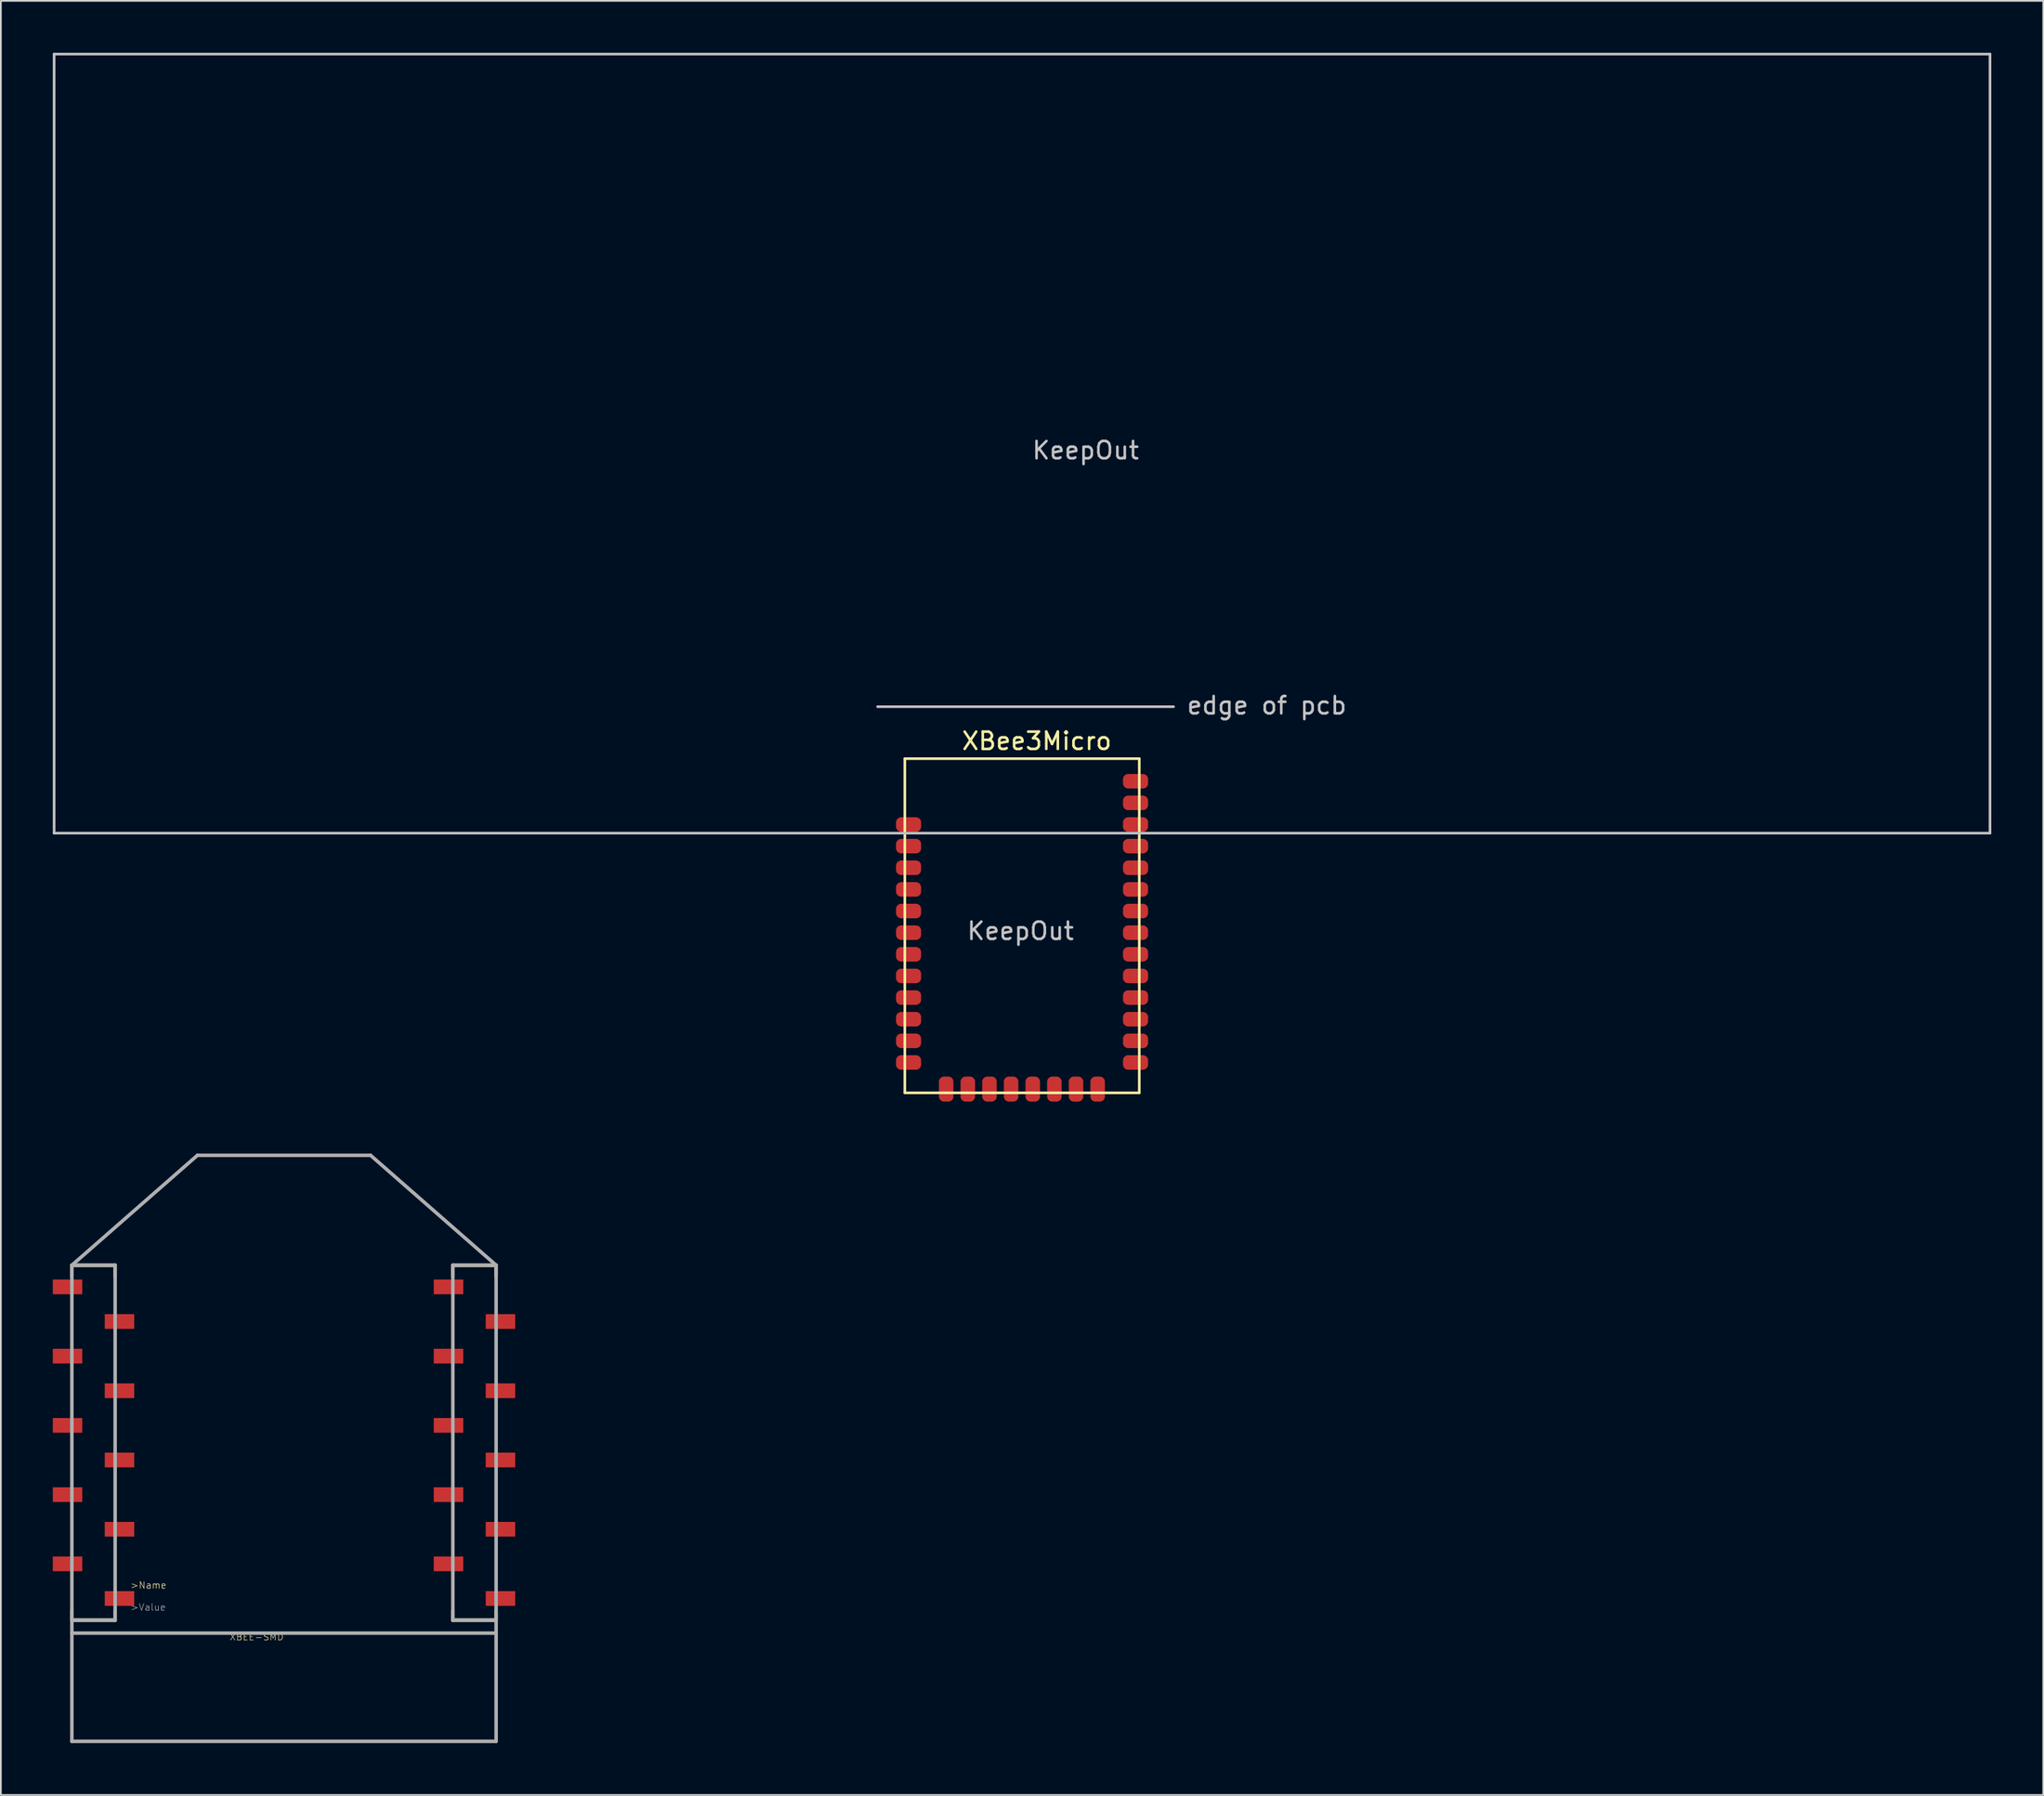
<source format=kicad_pcb>
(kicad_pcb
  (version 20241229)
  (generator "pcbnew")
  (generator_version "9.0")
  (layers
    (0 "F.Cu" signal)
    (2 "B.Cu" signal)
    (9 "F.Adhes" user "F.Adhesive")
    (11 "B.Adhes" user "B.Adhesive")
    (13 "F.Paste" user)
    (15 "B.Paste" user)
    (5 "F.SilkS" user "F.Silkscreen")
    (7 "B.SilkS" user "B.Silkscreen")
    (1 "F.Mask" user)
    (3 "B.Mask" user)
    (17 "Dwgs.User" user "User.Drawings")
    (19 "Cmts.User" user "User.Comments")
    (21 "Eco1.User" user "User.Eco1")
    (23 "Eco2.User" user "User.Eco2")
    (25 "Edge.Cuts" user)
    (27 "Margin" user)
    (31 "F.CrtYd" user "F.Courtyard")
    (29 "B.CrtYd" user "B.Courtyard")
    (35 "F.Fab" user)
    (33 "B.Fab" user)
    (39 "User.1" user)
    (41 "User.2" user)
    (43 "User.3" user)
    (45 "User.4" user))
  (footprint "XBEE-SMD"
    (layer "F.Cu")
    (at 13.35 91.285)
    (property "Reference" "XBEE-SMD" (at 0 0 180) (layer "F.SilkS") (effects (font (size 0.386 0.386) (thickness 0.031)) (justify right top)))
    (attr through_hole)
    (fp_line (start -12.25 -21.25) (end -12.25 -20.6) (stroke (width 0.203) (type solid)) (layer "F.SilkS"))
    (fp_line (start -12.25 -0.75) (end -12.25 -1.3) (stroke (width 0.203) (type solid)) (layer "F.SilkS"))
    (fp_line (start -12.25 -0.75) (end -9.75 -0.75) (stroke (width 0.203) (type solid)) (layer "F.SilkS"))
    (fp_line (start -9.75 -21.25) (end -12.25 -21.25) (stroke (width 0.203) (type solid)) (layer "F.SilkS"))
    (fp_line (start -9.75 -20.6) (end -9.75 -21.25) (stroke (width 0.203) (type solid)) (layer "F.SilkS"))
    (fp_line (start -9.75 -0.75) (end -9.75 -1.3) (stroke (width 0.203) (type solid)) (layer "F.SilkS"))
    (fp_line (start 9.75 -21.25) (end 9.75 -20.6) (stroke (width 0.203) (type solid)) (layer "F.SilkS"))
    (fp_line (start 9.75 -0.75) (end 9.75 -1.3) (stroke (width 0.203) (type solid)) (layer "F.SilkS"))
    (fp_line (start 9.75 -0.75) (end 12.25 -0.75) (stroke (width 0.203) (type solid)) (layer "F.SilkS"))
    (fp_line (start 12.25 -21.25) (end 9.75 -21.25) (stroke (width 0.203) (type solid)) (layer "F.SilkS"))
    (fp_line (start 12.25 -20.6) (end 12.25 -21.25) (stroke (width 0.203) (type solid)) (layer "F.SilkS"))
    (fp_line (start 12.25 -0.75) (end 12.25 -1.3) (stroke (width 0.203) (type solid)) (layer "F.SilkS"))
    (fp_line (start -12.25 -21.25) (end -9.75 -21.25) (stroke (width 0.203) (type solid)) (layer "F.Fab"))
    (fp_line (start -12.25 -21.25) (end -5 -27.6) (stroke (width 0.203) (type solid)) (layer "F.Fab"))
    (fp_line (start -12.25 -0.75) (end -12.25 -21.25) (stroke (width 0.203) (type solid)) (layer "F.Fab"))
    (fp_line (start -12.25 -0.75) (end -12.25 0) (stroke (width 0.203) (type solid)) (layer "F.Fab"))
    (fp_line (start -12.25 -0.75) (end -9.75 -0.75) (stroke (width 0.203) (type solid)) (layer "F.Fab"))
    (fp_line (start -12.25 0) (end -12.25 6.25) (stroke (width 0.203) (type solid)) (layer "F.Fab"))
    (fp_line (start -12.25 0) (end 12.25 0) (stroke (width 0.203) (type solid)) (layer "F.Fab"))
    (fp_line (start -12.25 6.25) (end 12.25 6.25) (stroke (width 0.203) (type solid)) (layer "F.Fab"))
    (fp_line (start -9.75 -21.25) (end -9.75 -0.75) (stroke (width 0.203) (type solid)) (layer "F.Fab"))
    (fp_line (start -5 -27.6) (end 5 -27.6) (stroke (width 0.203) (type solid)) (layer "F.Fab"))
    (fp_line (start 9.75 -21.25) (end 12.25 -21.25) (stroke (width 0.203) (type solid)) (layer "F.Fab"))
    (fp_line (start 9.75 -0.75) (end 9.75 -21.25) (stroke (width 0.203) (type solid)) (layer "F.Fab"))
    (fp_line (start 9.75 -0.75) (end 12.25 -0.75) (stroke (width 0.203) (type solid)) (layer "F.Fab"))
    (fp_line (start 12.25 -21.25) (end 5 -27.6) (stroke (width 0.203) (type solid)) (layer "F.Fab"))
    (fp_line (start 12.25 -21.25) (end 12.25 -0.75) (stroke (width 0.203) (type solid)) (layer "F.Fab"))
    (fp_line (start 12.25 -0.75) (end 12.25 0) (stroke (width 0.203) (type solid)) (layer "F.Fab"))
    (fp_line (start 12.25 0) (end 12.25 6.25) (stroke (width 0.203) (type solid)) (layer "F.Fab"))
    (fp_text user ">Name" (at -8.89 -2.54 0) (layer "F.SilkS") (effects (font (size 0.386 0.386) (thickness 0.033)) (justify left bottom)))
    (fp_text user ">Value" (at -8.89 -1.27 0) (layer "F.Fab") (effects (font (size 0.386 0.386) (thickness 0.033)) (justify left bottom)))
    (pad "1" smd rect (at -12.5 -20 90) (size 0.85 1.7) (layers "F.Cu" "F.Mask" "F.Paste"))
    (pad "2" smd rect (at -9.5 -18 90) (size 0.85 1.7) (layers "F.Cu" "F.Mask" "F.Paste"))
    (pad "3" smd rect (at -12.5 -16 90) (size 0.85 1.7) (layers "F.Cu" "F.Mask" "F.Paste"))
    (pad "4" smd rect (at -9.5 -14 90) (size 0.85 1.7) (layers "F.Cu" "F.Mask" "F.Paste"))
    (pad "5" smd rect (at -12.5 -12 90) (size 0.85 1.7) (layers "F.Cu" "F.Mask" "F.Paste"))
    (pad "6" smd rect (at -9.5 -10 90) (size 0.85 1.7) (layers "F.Cu" "F.Mask" "F.Paste"))
    (pad "7" smd rect (at -12.5 -8 90) (size 0.85 1.7) (layers "F.Cu" "F.Mask" "F.Paste"))
    (pad "8" smd rect (at -9.5 -6 90) (size 0.85 1.7) (layers "F.Cu" "F.Mask" "F.Paste"))
    (pad "9" smd rect (at -12.5 -4 90) (size 0.85 1.7) (layers "F.Cu" "F.Mask" "F.Paste"))
    (pad "10" smd rect (at -9.5 -2 90) (size 0.85 1.7) (layers "F.Cu" "F.Mask" "F.Paste"))
    (pad "11" smd rect (at 12.5 -2 90) (size 0.85 1.7) (layers "F.Cu" "F.Mask" "F.Paste"))
    (pad "12" smd rect (at 9.5 -4 90) (size 0.85 1.7) (layers "F.Cu" "F.Mask" "F.Paste"))
    (pad "13" smd rect (at 12.5 -6 90) (size 0.85 1.7) (layers "F.Cu" "F.Mask" "F.Paste"))
    (pad "14" smd rect (at 9.5 -8 90) (size 0.85 1.7) (layers "F.Cu" "F.Mask" "F.Paste"))
    (pad "15" smd rect (at 12.5 -10 90) (size 0.85 1.7) (layers "F.Cu" "F.Mask" "F.Paste"))
    (pad "16" smd rect (at 9.5 -12 90) (size 0.85 1.7) (layers "F.Cu" "F.Mask" "F.Paste"))
    (pad "17" smd rect (at 12.5 -14 90) (size 0.85 1.7) (layers "F.Cu" "F.Mask" "F.Paste"))
    (pad "18" smd rect (at 9.5 -16 90) (size 0.85 1.7) (layers "F.Cu" "F.Mask" "F.Paste"))
    (pad "19" smd rect (at 12.5 -18 90) (size 0.85 1.7) (layers "F.Cu" "F.Mask" "F.Paste"))
    (pad "20" smd rect (at 9.5 -20 90) (size 0.85 1.7) (layers "F.Cu" "F.Mask" "F.Paste")))
  (footprint "XBee3Micro"
    (layer "F.Cu")
    (at 49.201 60.075)
    (property "Reference" "XBee3Micro" (at 7.62 -20.32 0) (layer "F.SilkS") (effects (font (size 1 1) (thickness 0.15))))
    (attr through_hole)
    (fp_line (start 0 -19.304) (end 0 0) (stroke (width 0.15) (type solid)) (layer "F.SilkS"))
    (fp_line (start 0 0) (end 13.538 0) (stroke (width 0.15) (type solid)) (layer "F.SilkS"))
    (fp_line (start 13.538 -19.304) (end 0 -19.304) (stroke (width 0.15) (type solid)) (layer "F.SilkS"))
    (fp_line (start 13.538 0) (end 13.538 -19.304) (stroke (width 0.15) (type solid)) (layer "F.SilkS"))
    (fp_line (start -49.126 -60) (end -49.126 -15) (stroke (width 0.15) (type solid)) (layer "Dwgs.User"))
    (fp_line (start -49.126 -60) (end 62.664 -60) (stroke (width 0.15) (type solid)) (layer "Dwgs.User"))
    (fp_line (start -49.126 -15) (end 62.664 -15) (stroke (width 0.15) (type solid)) (layer "Dwgs.User"))
    (fp_line (start -1.575 -22.304) (end 15.519 -22.304) (stroke (width 0.15) (type solid)) (layer "Dwgs.User"))
    (fp_line (start 62.664 -60) (end 62.664 -15) (stroke (width 0.15) (type solid)) (layer "Dwgs.User"))
    (fp_text user "KeepOut" (at 6.68 -9.347 0) (layer "Dwgs.User") (effects (font (size 1 1) (thickness 0.15))))
    (fp_text user "edge of pcb" (at 20.904 -22.377 0) (layer "Dwgs.User") (effects (font (size 1 1) (thickness 0.15))))
    (fp_text user "KeepOut" (at 10.439 -37.109 0) (layer "Dwgs.User") (effects (font (size 1 1) (thickness 0.15))))
    (pad "1" smd roundrect (at 0.216 -15.499) (size 1.448 0.838) (layers "F.Cu" "F.Mask" "F.Paste") (roundrect_rratio 0.35))
    (pad "2" smd roundrect (at 0.216 -14.249) (size 1.448 0.838) (layers "F.Cu" "F.Mask" "F.Paste") (roundrect_rratio 0.35))
    (pad "3" smd roundrect (at 0.216 -13) (size 1.448 0.838) (layers "F.Cu" "F.Mask" "F.Paste") (roundrect_rratio 0.35))
    (pad "4" smd roundrect (at 0.216 -11.75) (size 1.448 0.838) (layers "F.Cu" "F.Mask" "F.Paste") (roundrect_rratio 0.35))
    (pad "5" smd roundrect (at 0.216 -10.5) (size 1.448 0.838) (layers "F.Cu" "F.Mask" "F.Paste") (roundrect_rratio 0.35))
    (pad "6" smd roundrect (at 0.216 -9.251) (size 1.448 0.838) (layers "F.Cu" "F.Mask" "F.Paste") (roundrect_rratio 0.35))
    (pad "7" smd roundrect (at 0.216 -8.001) (size 1.448 0.838) (layers "F.Cu" "F.Mask" "F.Paste") (roundrect_rratio 0.35))
    (pad "8" smd roundrect (at 0.216 -6.751) (size 1.448 0.838) (layers "F.Cu" "F.Mask" "F.Paste") (roundrect_rratio 0.35))
    (pad "9" smd roundrect (at 0.216 -5.502) (size 1.448 0.838) (layers "F.Cu" "F.Mask" "F.Paste") (roundrect_rratio 0.35))
    (pad "10" smd roundrect (at 0.216 -4.252) (size 1.448 0.838) (layers "F.Cu" "F.Mask" "F.Paste") (roundrect_rratio 0.35))
    (pad "11" smd roundrect (at 0.216 -3.002) (size 1.448 0.838) (layers "F.Cu" "F.Mask" "F.Paste") (roundrect_rratio 0.35))
    (pad "12" smd roundrect (at 0.216 -1.753) (size 1.448 0.838) (layers "F.Cu" "F.Mask" "F.Paste") (roundrect_rratio 0.35))
    (pad "13" smd roundrect (at 2.388 -0.216 90) (size 1.448 0.838) (layers "F.Cu" "F.Mask" "F.Paste") (roundrect_rratio 0.35))
    (pad "14" smd roundrect (at 3.637 -0.216 90) (size 1.448 0.838) (layers "F.Cu" "F.Mask" "F.Paste") (roundrect_rratio 0.35))
    (pad "15" smd roundrect (at 4.887 -0.216 90) (size 1.448 0.838) (layers "F.Cu" "F.Mask" "F.Paste") (roundrect_rratio 0.35))
    (pad "16" smd roundrect (at 6.137 -0.216 90) (size 1.448 0.838) (layers "F.Cu" "F.Mask" "F.Paste") (roundrect_rratio 0.35))
    (pad "17" smd roundrect (at 7.386 -0.216 90) (size 1.448 0.838) (layers "F.Cu" "F.Mask" "F.Paste") (roundrect_rratio 0.35))
    (pad "18" smd roundrect (at 8.636 -0.216 90) (size 1.448 0.838) (layers "F.Cu" "F.Mask" "F.Paste") (roundrect_rratio 0.35))
    (pad "19" smd roundrect (at 9.886 -0.216 90) (size 1.448 0.838) (layers "F.Cu" "F.Mask" "F.Paste") (roundrect_rratio 0.35))
    (pad "20" smd roundrect (at 11.135 -0.216 90) (size 1.448 0.838) (layers "F.Cu" "F.Mask" "F.Paste") (roundrect_rratio 0.35))
    (pad "21" smd roundrect (at 13.322 -1.753) (size 1.448 0.838) (layers "F.Cu" "F.Mask" "F.Paste") (roundrect_rratio 0.35))
    (pad "22" smd roundrect (at 13.322 -3.002) (size 1.448 0.838) (layers "F.Cu" "F.Mask" "F.Paste") (roundrect_rratio 0.35))
    (pad "23" smd roundrect (at 13.322 -4.252) (size 1.448 0.838) (layers "F.Cu" "F.Mask" "F.Paste") (roundrect_rratio 0.35))
    (pad "24" smd roundrect (at 13.322 -5.502) (size 1.448 0.838) (layers "F.Cu" "F.Mask" "F.Paste") (roundrect_rratio 0.35))
    (pad "25" smd roundrect (at 13.322 -6.751) (size 1.448 0.838) (layers "F.Cu" "F.Mask" "F.Paste") (roundrect_rratio 0.35))
    (pad "26" smd roundrect (at 13.322 -8.001) (size 1.448 0.838) (layers "F.Cu" "F.Mask" "F.Paste") (roundrect_rratio 0.35))
    (pad "27" smd roundrect (at 13.322 -9.251) (size 1.448 0.838) (layers "F.Cu" "F.Mask" "F.Paste") (roundrect_rratio 0.35))
    (pad "28" smd roundrect (at 13.322 -10.5) (size 1.448 0.838) (layers "F.Cu" "F.Mask" "F.Paste") (roundrect_rratio 0.35))
    (pad "29" smd roundrect (at 13.322 -11.75) (size 1.448 0.838) (layers "F.Cu" "F.Mask" "F.Paste") (roundrect_rratio 0.35))
    (pad "30" smd roundrect (at 13.322 -13) (size 1.448 0.838) (layers "F.Cu" "F.Mask" "F.Paste") (roundrect_rratio 0.35))
    (pad "31" smd roundrect (at 13.322 -14.249) (size 1.448 0.838) (layers "F.Cu" "F.Mask" "F.Paste") (roundrect_rratio 0.35))
    (pad "32" smd roundrect (at 13.322 -15.499) (size 1.448 0.838) (layers "F.Cu" "F.Mask" "F.Paste") (roundrect_rratio 0.35))
    (pad "33" smd roundrect (at 13.322 -16.749) (size 1.448 0.838) (layers "F.Cu" "F.Mask" "F.Paste") (roundrect_rratio 0.35))
    (pad "34" smd roundrect (at 13.322 -17.998) (size 1.448 0.838) (layers "F.Cu" "F.Mask" "F.Paste") (roundrect_rratio 0.35)))
  (gr_rect
    (start -3 -3)
    (end 114.94 100.636)
    (stroke (width 0.1) (type default))
    (fill no)
    (layer "Edge.Cuts")))
</source>
